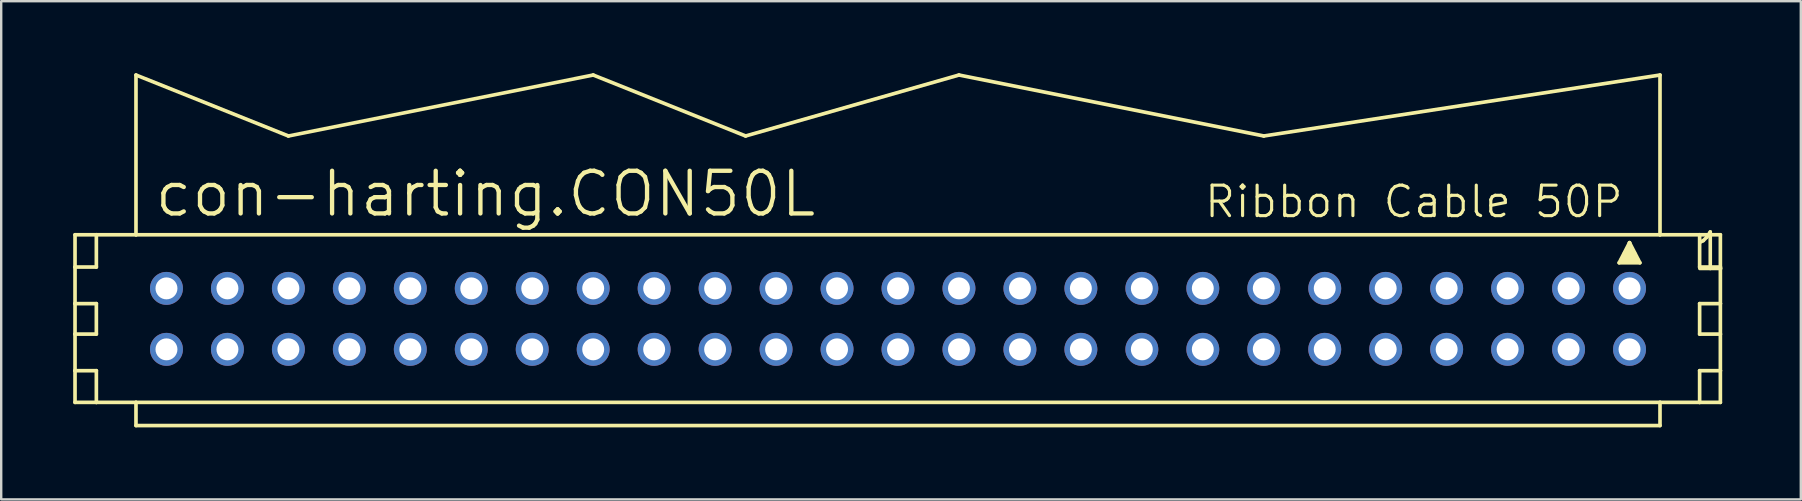
<source format=kicad_pcb>
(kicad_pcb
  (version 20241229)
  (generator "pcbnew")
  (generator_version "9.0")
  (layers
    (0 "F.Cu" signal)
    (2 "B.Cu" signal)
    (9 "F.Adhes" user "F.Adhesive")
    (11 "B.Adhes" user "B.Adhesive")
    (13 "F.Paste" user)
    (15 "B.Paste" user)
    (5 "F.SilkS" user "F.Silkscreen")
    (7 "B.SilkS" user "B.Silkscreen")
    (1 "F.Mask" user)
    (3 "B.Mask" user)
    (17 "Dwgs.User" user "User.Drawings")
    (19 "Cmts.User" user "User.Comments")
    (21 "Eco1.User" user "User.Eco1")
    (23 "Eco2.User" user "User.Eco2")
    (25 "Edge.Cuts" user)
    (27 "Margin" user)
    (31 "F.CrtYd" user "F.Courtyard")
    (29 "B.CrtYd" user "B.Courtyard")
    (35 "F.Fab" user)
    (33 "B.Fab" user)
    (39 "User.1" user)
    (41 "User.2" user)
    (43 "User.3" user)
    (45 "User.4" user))
  (footprint "con-harting.CON50L"
    (layer "F.Cu")
    (at 34.366 10.236)
    (property "Reference" "con-harting.CON50L" (at -31.064 -4.166 0) (layer "F.SilkS") (effects (font (size 1.778 1.778) (thickness 0.18)) (justify left bottom)))
    (attr through_hole)
    (fp_line (start -34.29 -3.505) (end -34.29 -2.159) (stroke (width 0.152) (type default)) (layer "F.SilkS"))
    (fp_line (start -34.29 -2.159) (end -34.29 -0.635) (stroke (width 0.152) (type default)) (layer "F.SilkS"))
    (fp_line (start -34.29 -2.159) (end -33.401 -2.159) (stroke (width 0.152) (type default)) (layer "F.SilkS"))
    (fp_line (start -34.29 -0.635) (end -34.29 0.635) (stroke (width 0.152) (type default)) (layer "F.SilkS"))
    (fp_line (start -34.29 -0.635) (end -33.401 -0.635) (stroke (width 0.152) (type default)) (layer "F.SilkS"))
    (fp_line (start -34.29 0.635) (end -34.29 2.159) (stroke (width 0.152) (type default)) (layer "F.SilkS"))
    (fp_line (start -34.29 0.635) (end -33.401 0.635) (stroke (width 0.152) (type default)) (layer "F.SilkS"))
    (fp_line (start -34.29 2.159) (end -34.29 3.48) (stroke (width 0.152) (type default)) (layer "F.SilkS"))
    (fp_line (start -34.29 2.159) (end -33.401 2.159) (stroke (width 0.152) (type default)) (layer "F.SilkS"))
    (fp_line (start -34.29 3.48) (end -33.401 3.48) (stroke (width 0.152) (type default)) (layer "F.SilkS"))
    (fp_line (start -33.401 -3.505) (end -34.29 -3.505) (stroke (width 0.152) (type default)) (layer "F.SilkS"))
    (fp_line (start -33.401 -3.505) (end -33.401 -2.159) (stroke (width 0.152) (type default)) (layer "F.SilkS"))
    (fp_line (start -33.401 -0.635) (end -33.401 0.635) (stroke (width 0.152) (type default)) (layer "F.SilkS"))
    (fp_line (start -33.401 2.159) (end -33.401 3.48) (stroke (width 0.152) (type default)) (layer "F.SilkS"))
    (fp_line (start -33.401 3.48) (end -31.75 3.48) (stroke (width 0.152) (type default)) (layer "F.SilkS"))
    (fp_line (start -31.75 -10.16) (end -31.75 -3.505) (stroke (width 0.152) (type default)) (layer "F.SilkS"))
    (fp_line (start -31.75 -3.505) (end -33.401 -3.505) (stroke (width 0.152) (type default)) (layer "F.SilkS"))
    (fp_line (start -31.75 3.48) (end 31.75 3.48) (stroke (width 0.152) (type default)) (layer "F.SilkS"))
    (fp_line (start -31.75 4.445) (end -31.75 3.48) (stroke (width 0.152) (type default)) (layer "F.SilkS"))
    (fp_line (start -25.4 -7.62) (end -31.75 -10.16) (stroke (width 0.152) (type default)) (layer "F.SilkS"))
    (fp_line (start -25.4 -7.62) (end -12.7 -10.16) (stroke (width 0.152) (type default)) (layer "F.SilkS"))
    (fp_line (start -6.35 -7.62) (end -12.7 -10.16) (stroke (width 0.152) (type default)) (layer "F.SilkS"))
    (fp_line (start -6.35 -7.62) (end 2.54 -10.16) (stroke (width 0.152) (type default)) (layer "F.SilkS"))
    (fp_line (start 2.54 -10.16) (end 15.24 -7.62) (stroke (width 0.152) (type default)) (layer "F.SilkS"))
    (fp_line (start 15.24 -7.62) (end 31.75 -10.16) (stroke (width 0.152) (type default)) (layer "F.SilkS"))
    (fp_line (start 30.048 -2.337) (end 30.48 -3.175) (stroke (width 0.152) (type default)) (layer "F.SilkS"))
    (fp_line (start 30.48 -3.175) (end 30.48 -2.921) (stroke (width 0.152) (type default)) (layer "F.SilkS"))
    (fp_line (start 30.48 -3.175) (end 30.912 -2.337) (stroke (width 0.152) (type default)) (layer "F.SilkS"))
    (fp_line (start 30.912 -2.337) (end 30.048 -2.337) (stroke (width 0.152) (type default)) (layer "F.SilkS"))
    (fp_line (start 31.75 -3.505) (end -31.75 -3.505) (stroke (width 0.152) (type default)) (layer "F.SilkS"))
    (fp_line (start 31.75 -3.505) (end 31.75 -10.16) (stroke (width 0.152) (type default)) (layer "F.SilkS"))
    (fp_line (start 31.75 3.48) (end 31.75 4.445) (stroke (width 0.152) (type default)) (layer "F.SilkS"))
    (fp_line (start 31.75 3.48) (end 33.401 3.48) (stroke (width 0.152) (type default)) (layer "F.SilkS"))
    (fp_line (start 31.75 4.445) (end -31.75 4.445) (stroke (width 0.152) (type default)) (layer "F.SilkS"))
    (fp_line (start 33.401 -3.505) (end 31.75 -3.505) (stroke (width 0.152) (type default)) (layer "F.SilkS"))
    (fp_line (start 33.401 -3.505) (end 33.401 -2.159) (stroke (width 0.152) (type default)) (layer "F.SilkS"))
    (fp_line (start 33.401 -2.159) (end 34.265 -2.159) (stroke (width 0.152) (type default)) (layer "F.SilkS"))
    (fp_line (start 33.401 -0.635) (end 33.401 0.635) (stroke (width 0.152) (type default)) (layer "F.SilkS"))
    (fp_line (start 33.401 -0.635) (end 34.265 -0.635) (stroke (width 0.152) (type default)) (layer "F.SilkS"))
    (fp_line (start 33.401 0.635) (end 34.265 0.635) (stroke (width 0.152) (type default)) (layer "F.SilkS"))
    (fp_line (start 33.401 2.159) (end 33.401 3.48) (stroke (width 0.152) (type default)) (layer "F.SilkS"))
    (fp_line (start 33.401 2.159) (end 34.265 2.159) (stroke (width 0.152) (type default)) (layer "F.SilkS"))
    (fp_line (start 33.401 3.48) (end 34.265 3.48) (stroke (width 0.152) (type default)) (layer "F.SilkS"))
    (fp_line (start 34.265 -3.505) (end 33.401 -3.505) (stroke (width 0.152) (type default)) (layer "F.SilkS"))
    (fp_line (start 34.265 -2.159) (end 34.265 -3.505) (stroke (width 0.152) (type default)) (layer "F.SilkS"))
    (fp_line (start 34.265 -0.635) (end 34.265 -2.159) (stroke (width 0.152) (type default)) (layer "F.SilkS"))
    (fp_line (start 34.265 0.635) (end 34.265 -0.635) (stroke (width 0.152) (type default)) (layer "F.SilkS"))
    (fp_line (start 34.265 2.159) (end 34.265 0.635) (stroke (width 0.152) (type default)) (layer "F.SilkS"))
    (fp_line (start 34.265 3.48) (end 34.265 2.159) (stroke (width 0.152) (type default)) (layer "F.SilkS"))
    (fp_rect (start 30.099 -2.388) (end 30.48 -2.515) (stroke (width 0.05) (type default)) (fill yes) (layer "F.SilkS"))
    (fp_rect (start 30.226 -2.515) (end 30.734 -2.769) (stroke (width 0.05) (type default)) (fill yes) (layer "F.SilkS"))
    (fp_rect (start 30.353 -2.718) (end 30.607 -2.972) (stroke (width 0.05) (type default)) (fill yes) (layer "F.SilkS"))
    (fp_rect (start 30.48 -2.388) (end 30.861 -2.515) (stroke (width 0.05) (type default)) (fill yes) (layer "F.SilkS"))
    (fp_text user "1" (at 33.02 -1.905 180) (layer "F.SilkS") (effects (font (size 1.524 1.524) (thickness 0.15)) (justify left bottom)))
    (fp_text user "Ribbon Cable 50P" (at 12.7 -4.14 0) (layer "F.SilkS") (effects (font (size 1.27 1.27) (thickness 0.13)) (justify left bottom)))
    (pad "1" thru_hole circle (at 30.48 -1.27) (size 1.372 1.372) (drill 0.914) (layers "*.Cu" "*.Mask"))
    (pad "2" thru_hole circle (at 30.48 1.27) (size 1.372 1.372) (drill 0.914) (layers "*.Cu" "*.Mask"))
    (pad "3" thru_hole circle (at 27.94 -1.27) (size 1.372 1.372) (drill 0.914) (layers "*.Cu" "*.Mask"))
    (pad "4" thru_hole circle (at 27.94 1.27) (size 1.372 1.372) (drill 0.914) (layers "*.Cu" "*.Mask"))
    (pad "5" thru_hole circle (at 25.4 -1.27) (size 1.372 1.372) (drill 0.914) (layers "*.Cu" "*.Mask"))
    (pad "6" thru_hole circle (at 25.4 1.27) (size 1.372 1.372) (drill 0.914) (layers "*.Cu" "*.Mask"))
    (pad "7" thru_hole circle (at 22.86 -1.27) (size 1.372 1.372) (drill 0.914) (layers "*.Cu" "*.Mask"))
    (pad "8" thru_hole circle (at 22.86 1.27) (size 1.372 1.372) (drill 0.914) (layers "*.Cu" "*.Mask"))
    (pad "9" thru_hole circle (at 20.32 -1.27) (size 1.372 1.372) (drill 0.914) (layers "*.Cu" "*.Mask"))
    (pad "10" thru_hole circle (at 20.32 1.27) (size 1.372 1.372) (drill 0.914) (layers "*.Cu" "*.Mask"))
    (pad "11" thru_hole circle (at 17.78 -1.27) (size 1.372 1.372) (drill 0.914) (layers "*.Cu" "*.Mask"))
    (pad "12" thru_hole circle (at 17.78 1.27) (size 1.372 1.372) (drill 0.914) (layers "*.Cu" "*.Mask"))
    (pad "13" thru_hole circle (at 15.24 -1.27) (size 1.372 1.372) (drill 0.914) (layers "*.Cu" "*.Mask"))
    (pad "14" thru_hole circle (at 15.24 1.27) (size 1.372 1.372) (drill 0.914) (layers "*.Cu" "*.Mask"))
    (pad "15" thru_hole circle (at 12.7 -1.27) (size 1.372 1.372) (drill 0.914) (layers "*.Cu" "*.Mask"))
    (pad "16" thru_hole circle (at 12.7 1.27) (size 1.372 1.372) (drill 0.914) (layers "*.Cu" "*.Mask"))
    (pad "17" thru_hole circle (at 10.16 -1.27) (size 1.372 1.372) (drill 0.914) (layers "*.Cu" "*.Mask"))
    (pad "18" thru_hole circle (at 10.16 1.27) (size 1.372 1.372) (drill 0.914) (layers "*.Cu" "*.Mask"))
    (pad "19" thru_hole circle (at 7.62 -1.27) (size 1.372 1.372) (drill 0.914) (layers "*.Cu" "*.Mask"))
    (pad "20" thru_hole circle (at 7.62 1.27) (size 1.372 1.372) (drill 0.914) (layers "*.Cu" "*.Mask"))
    (pad "21" thru_hole circle (at 5.08 -1.27) (size 1.372 1.372) (drill 0.914) (layers "*.Cu" "*.Mask"))
    (pad "22" thru_hole circle (at 5.08 1.27) (size 1.372 1.372) (drill 0.914) (layers "*.Cu" "*.Mask"))
    (pad "23" thru_hole circle (at 2.54 -1.27) (size 1.372 1.372) (drill 0.914) (layers "*.Cu" "*.Mask"))
    (pad "24" thru_hole circle (at 2.54 1.27) (size 1.372 1.372) (drill 0.914) (layers "*.Cu" "*.Mask"))
    (pad "25" thru_hole circle (at 0 -1.27) (size 1.372 1.372) (drill 0.914) (layers "*.Cu" "*.Mask"))
    (pad "26" thru_hole circle (at 0 1.27) (size 1.372 1.372) (drill 0.914) (layers "*.Cu" "*.Mask"))
    (pad "27" thru_hole circle (at -2.54 -1.27) (size 1.372 1.372) (drill 0.914) (layers "*.Cu" "*.Mask"))
    (pad "28" thru_hole circle (at -2.54 1.27) (size 1.372 1.372) (drill 0.914) (layers "*.Cu" "*.Mask"))
    (pad "29" thru_hole circle (at -5.08 -1.27) (size 1.372 1.372) (drill 0.914) (layers "*.Cu" "*.Mask"))
    (pad "30" thru_hole circle (at -5.08 1.27) (size 1.372 1.372) (drill 0.914) (layers "*.Cu" "*.Mask"))
    (pad "31" thru_hole circle (at -7.62 -1.27) (size 1.372 1.372) (drill 0.914) (layers "*.Cu" "*.Mask"))
    (pad "32" thru_hole circle (at -7.62 1.27) (size 1.372 1.372) (drill 0.914) (layers "*.Cu" "*.Mask"))
    (pad "33" thru_hole circle (at -10.16 -1.27) (size 1.372 1.372) (drill 0.914) (layers "*.Cu" "*.Mask"))
    (pad "34" thru_hole circle (at -10.16 1.27) (size 1.372 1.372) (drill 0.914) (layers "*.Cu" "*.Mask"))
    (pad "35" thru_hole circle (at -12.7 -1.27) (size 1.372 1.372) (drill 0.914) (layers "*.Cu" "*.Mask"))
    (pad "36" thru_hole circle (at -12.7 1.27) (size 1.372 1.372) (drill 0.914) (layers "*.Cu" "*.Mask"))
    (pad "37" thru_hole circle (at -15.24 -1.27) (size 1.372 1.372) (drill 0.914) (layers "*.Cu" "*.Mask"))
    (pad "38" thru_hole circle (at -15.24 1.27) (size 1.372 1.372) (drill 0.914) (layers "*.Cu" "*.Mask"))
    (pad "39" thru_hole circle (at -17.78 -1.27) (size 1.372 1.372) (drill 0.914) (layers "*.Cu" "*.Mask"))
    (pad "40" thru_hole circle (at -17.78 1.27) (size 1.372 1.372) (drill 0.914) (layers "*.Cu" "*.Mask"))
    (pad "41" thru_hole circle (at -20.32 -1.27) (size 1.372 1.372) (drill 0.914) (layers "*.Cu" "*.Mask"))
    (pad "42" thru_hole circle (at -20.32 1.27) (size 1.372 1.372) (drill 0.914) (layers "*.Cu" "*.Mask"))
    (pad "43" thru_hole circle (at -22.86 -1.27) (size 1.372 1.372) (drill 0.914) (layers "*.Cu" "*.Mask"))
    (pad "44" thru_hole circle (at -22.86 1.27) (size 1.372 1.372) (drill 0.914) (layers "*.Cu" "*.Mask"))
    (pad "45" thru_hole circle (at -25.4 -1.27) (size 1.372 1.372) (drill 0.914) (layers "*.Cu" "*.Mask"))
    (pad "46" thru_hole circle (at -25.4 1.27) (size 1.372 1.372) (drill 0.914) (layers "*.Cu" "*.Mask"))
    (pad "47" thru_hole circle (at -27.94 -1.27) (size 1.372 1.372) (drill 0.914) (layers "*.Cu" "*.Mask"))
    (pad "48" thru_hole circle (at -27.94 1.27) (size 1.372 1.372) (drill 0.914) (layers "*.Cu" "*.Mask"))
    (pad "49" thru_hole circle (at -30.48 -1.27) (size 1.372 1.372) (drill 0.914) (layers "*.Cu" "*.Mask"))
    (pad "50" thru_hole circle (at -30.48 1.27) (size 1.372 1.372) (drill 0.914) (layers "*.Cu" "*.Mask")))
  (gr_rect
    (start -3 -3)
    (end 71.983 17.757)
    (stroke (width 0.1) (type default))
    (fill no)
    (layer "Edge.Cuts")))
</source>
